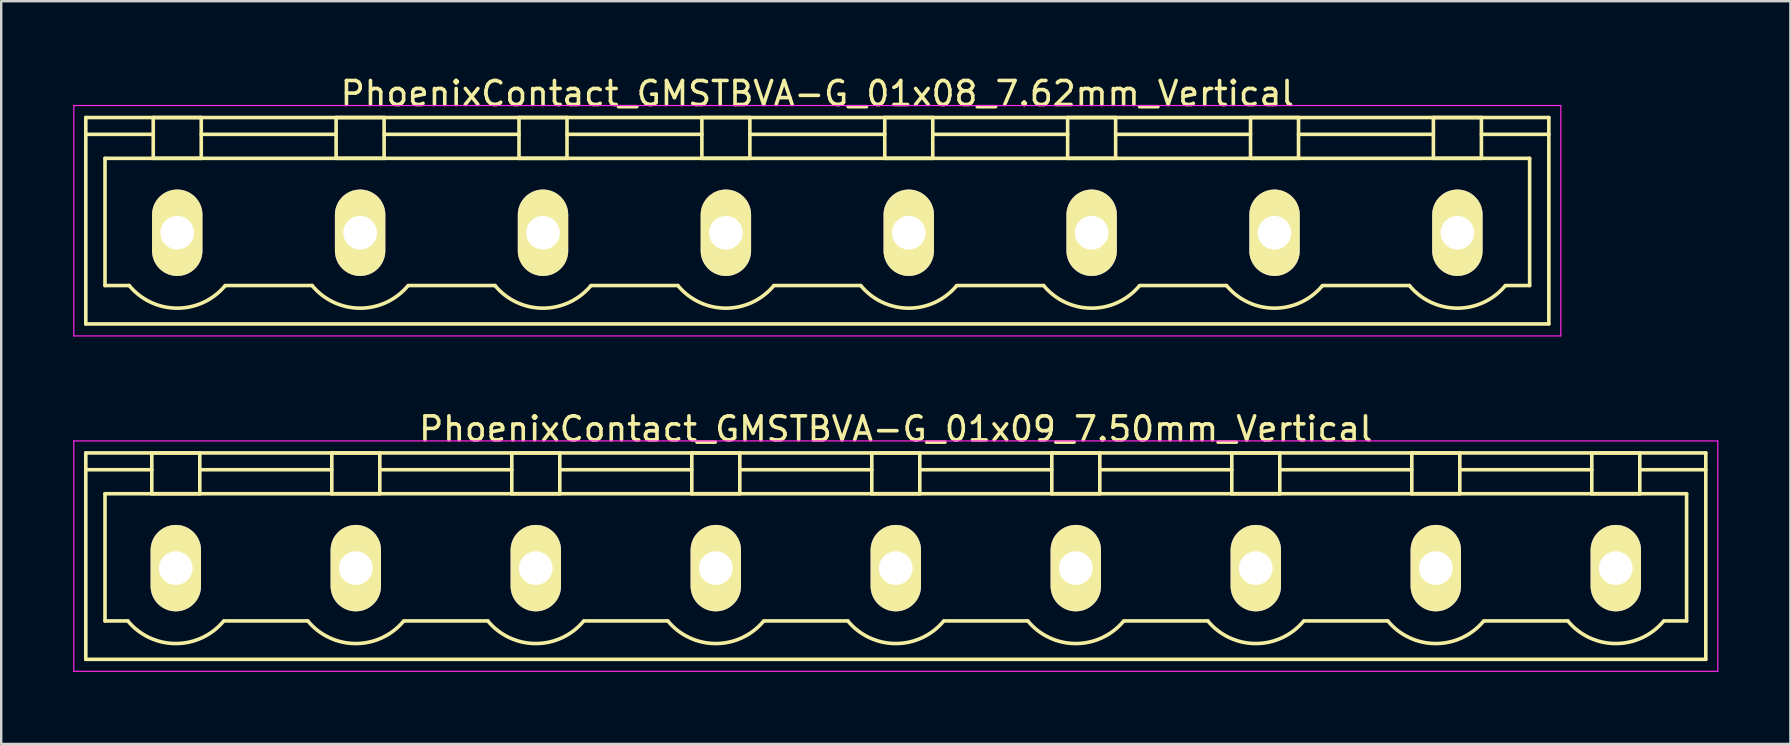
<source format=kicad_pcb>
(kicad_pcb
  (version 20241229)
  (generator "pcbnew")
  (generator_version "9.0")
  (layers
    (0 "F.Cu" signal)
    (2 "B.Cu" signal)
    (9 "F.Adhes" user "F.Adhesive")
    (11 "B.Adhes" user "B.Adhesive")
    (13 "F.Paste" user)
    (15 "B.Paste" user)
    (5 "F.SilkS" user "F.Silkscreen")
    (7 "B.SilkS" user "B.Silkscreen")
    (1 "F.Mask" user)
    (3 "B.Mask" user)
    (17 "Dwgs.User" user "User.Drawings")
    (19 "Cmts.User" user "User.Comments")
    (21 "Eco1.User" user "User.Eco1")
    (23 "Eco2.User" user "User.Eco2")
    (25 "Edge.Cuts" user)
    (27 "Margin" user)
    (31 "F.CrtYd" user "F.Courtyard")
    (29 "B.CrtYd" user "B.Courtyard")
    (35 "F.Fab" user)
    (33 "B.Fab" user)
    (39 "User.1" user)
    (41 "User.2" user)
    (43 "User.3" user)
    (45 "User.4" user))
  (footprint "PhoenixContact_GMSTBVA-G_01x08_7.62mm_Vertical"
    (layer "F.Cu")
    (at 4.335 6.648)
    (property "Reference" "PhoenixContact_GMSTBVA-G_01x08_7.62mm_Vertical" (at 26.67 -5.8 0) (layer "F.SilkS") (effects (font (size 1 1) (thickness 0.15))))
    (attr through_hole)
    (fp_line (start -3.81 -4.8) (end -3.81 3.8) (stroke (width 0.15) (type solid)) (layer "F.SilkS"))
    (fp_line (start -3.81 -4.1) (end -1 -4.1) (stroke (width 0.15) (type solid)) (layer "F.SilkS"))
    (fp_line (start -3.81 3.8) (end 57.15 3.8) (stroke (width 0.15) (type solid)) (layer "F.SilkS"))
    (fp_line (start -3.01 -3.1) (end 56.35 -3.1) (stroke (width 0.15) (type solid)) (layer "F.SilkS"))
    (fp_line (start -3.01 2.2) (end -3.01 -3.1) (stroke (width 0.15) (type solid)) (layer "F.SilkS"))
    (fp_line (start -2 2.2) (end -3.01 2.2) (stroke (width 0.15) (type solid)) (layer "F.SilkS"))
    (fp_line (start -1 -4.8) (end 1 -4.8) (stroke (width 0.15) (type solid)) (layer "F.SilkS"))
    (fp_line (start -1 -3.1) (end -1 -4.8) (stroke (width 0.15) (type solid)) (layer "F.SilkS"))
    (fp_line (start 1 -4.8) (end 1 -3.1) (stroke (width 0.15) (type solid)) (layer "F.SilkS"))
    (fp_line (start 1 -4.1) (end 6.62 -4.1) (stroke (width 0.15) (type solid)) (layer "F.SilkS"))
    (fp_line (start 1 -3.1) (end -1 -3.1) (stroke (width 0.15) (type solid)) (layer "F.SilkS"))
    (fp_line (start 2 2.2) (end 5.62 2.2) (stroke (width 0.15) (type solid)) (layer "F.SilkS"))
    (fp_line (start 6.62 -4.8) (end 8.62 -4.8) (stroke (width 0.15) (type solid)) (layer "F.SilkS"))
    (fp_line (start 6.62 -3.1) (end 6.62 -4.8) (stroke (width 0.15) (type solid)) (layer "F.SilkS"))
    (fp_line (start 8.62 -4.8) (end 8.62 -3.1) (stroke (width 0.15) (type solid)) (layer "F.SilkS"))
    (fp_line (start 8.62 -4.1) (end 14.24 -4.1) (stroke (width 0.15) (type solid)) (layer "F.SilkS"))
    (fp_line (start 8.62 -3.1) (end 6.62 -3.1) (stroke (width 0.15) (type solid)) (layer "F.SilkS"))
    (fp_line (start 9.62 2.2) (end 13.24 2.2) (stroke (width 0.15) (type solid)) (layer "F.SilkS"))
    (fp_line (start 14.24 -4.8) (end 16.24 -4.8) (stroke (width 0.15) (type solid)) (layer "F.SilkS"))
    (fp_line (start 14.24 -3.1) (end 14.24 -4.8) (stroke (width 0.15) (type solid)) (layer "F.SilkS"))
    (fp_line (start 16.24 -4.8) (end 16.24 -3.1) (stroke (width 0.15) (type solid)) (layer "F.SilkS"))
    (fp_line (start 16.24 -4.1) (end 21.86 -4.1) (stroke (width 0.15) (type solid)) (layer "F.SilkS"))
    (fp_line (start 16.24 -3.1) (end 14.24 -3.1) (stroke (width 0.15) (type solid)) (layer "F.SilkS"))
    (fp_line (start 17.24 2.2) (end 20.86 2.2) (stroke (width 0.15) (type solid)) (layer "F.SilkS"))
    (fp_line (start 21.86 -4.8) (end 23.86 -4.8) (stroke (width 0.15) (type solid)) (layer "F.SilkS"))
    (fp_line (start 21.86 -3.1) (end 21.86 -4.8) (stroke (width 0.15) (type solid)) (layer "F.SilkS"))
    (fp_line (start 23.86 -4.8) (end 23.86 -3.1) (stroke (width 0.15) (type solid)) (layer "F.SilkS"))
    (fp_line (start 23.86 -4.1) (end 29.48 -4.1) (stroke (width 0.15) (type solid)) (layer "F.SilkS"))
    (fp_line (start 23.86 -3.1) (end 21.86 -3.1) (stroke (width 0.15) (type solid)) (layer "F.SilkS"))
    (fp_line (start 24.86 2.2) (end 28.48 2.2) (stroke (width 0.15) (type solid)) (layer "F.SilkS"))
    (fp_line (start 29.48 -4.8) (end 31.48 -4.8) (stroke (width 0.15) (type solid)) (layer "F.SilkS"))
    (fp_line (start 29.48 -3.1) (end 29.48 -4.8) (stroke (width 0.15) (type solid)) (layer "F.SilkS"))
    (fp_line (start 31.48 -4.8) (end 31.48 -3.1) (stroke (width 0.15) (type solid)) (layer "F.SilkS"))
    (fp_line (start 31.48 -4.1) (end 37.1 -4.1) (stroke (width 0.15) (type solid)) (layer "F.SilkS"))
    (fp_line (start 31.48 -3.1) (end 29.48 -3.1) (stroke (width 0.15) (type solid)) (layer "F.SilkS"))
    (fp_line (start 32.48 2.2) (end 36.1 2.2) (stroke (width 0.15) (type solid)) (layer "F.SilkS"))
    (fp_line (start 37.1 -4.8) (end 39.1 -4.8) (stroke (width 0.15) (type solid)) (layer "F.SilkS"))
    (fp_line (start 37.1 -3.1) (end 37.1 -4.8) (stroke (width 0.15) (type solid)) (layer "F.SilkS"))
    (fp_line (start 39.1 -4.8) (end 39.1 -3.1) (stroke (width 0.15) (type solid)) (layer "F.SilkS"))
    (fp_line (start 39.1 -4.1) (end 44.72 -4.1) (stroke (width 0.15) (type solid)) (layer "F.SilkS"))
    (fp_line (start 39.1 -3.1) (end 37.1 -3.1) (stroke (width 0.15) (type solid)) (layer "F.SilkS"))
    (fp_line (start 40.1 2.2) (end 43.72 2.2) (stroke (width 0.15) (type solid)) (layer "F.SilkS"))
    (fp_line (start 44.72 -4.8) (end 46.72 -4.8) (stroke (width 0.15) (type solid)) (layer "F.SilkS"))
    (fp_line (start 44.72 -3.1) (end 44.72 -4.8) (stroke (width 0.15) (type solid)) (layer "F.SilkS"))
    (fp_line (start 46.72 -4.8) (end 46.72 -3.1) (stroke (width 0.15) (type solid)) (layer "F.SilkS"))
    (fp_line (start 46.72 -4.1) (end 52.34 -4.1) (stroke (width 0.15) (type solid)) (layer "F.SilkS"))
    (fp_line (start 46.72 -3.1) (end 44.72 -3.1) (stroke (width 0.15) (type solid)) (layer "F.SilkS"))
    (fp_line (start 47.72 2.2) (end 51.34 2.2) (stroke (width 0.15) (type solid)) (layer "F.SilkS"))
    (fp_line (start 52.34 -4.8) (end 54.34 -4.8) (stroke (width 0.15) (type solid)) (layer "F.SilkS"))
    (fp_line (start 52.34 -3.1) (end 52.34 -4.8) (stroke (width 0.15) (type solid)) (layer "F.SilkS"))
    (fp_line (start 54.34 -4.8) (end 54.34 -3.1) (stroke (width 0.15) (type solid)) (layer "F.SilkS"))
    (fp_line (start 54.34 -3.1) (end 52.34 -3.1) (stroke (width 0.15) (type solid)) (layer "F.SilkS"))
    (fp_line (start 56.35 -3.1) (end 56.35 2.2) (stroke (width 0.15) (type solid)) (layer "F.SilkS"))
    (fp_line (start 56.35 2.2) (end 55.34 2.2) (stroke (width 0.15) (type solid)) (layer "F.SilkS"))
    (fp_line (start 57.15 -4.8) (end -3.81 -4.8) (stroke (width 0.15) (type solid)) (layer "F.SilkS"))
    (fp_line (start 57.15 -4.1) (end 54.34 -4.1) (stroke (width 0.15) (type solid)) (layer "F.SilkS"))
    (fp_line (start 57.15 3.8) (end 57.15 -4.8) (stroke (width 0.15) (type solid)) (layer "F.SilkS"))
    (fp_arc (start 1.986842 2.215821) (mid -0.010289 3.142758) (end -2 2.2) (stroke (width 0.15) (type solid)) (layer "F.SilkS"))
    (fp_arc (start 9.606842 2.215821) (mid 7.609711 3.142758) (end 5.62 2.2) (stroke (width 0.15) (type solid)) (layer "F.SilkS"))
    (fp_arc (start 17.226842 2.215821) (mid 15.229711 3.142758) (end 13.24 2.2) (stroke (width 0.15) (type solid)) (layer "F.SilkS"))
    (fp_arc (start 24.846842 2.215821) (mid 22.849711 3.142758) (end 20.86 2.2) (stroke (width 0.15) (type solid)) (layer "F.SilkS"))
    (fp_arc (start 32.466842 2.215821) (mid 30.469711 3.142758) (end 28.48 2.2) (stroke (width 0.15) (type solid)) (layer "F.SilkS"))
    (fp_arc (start 40.086842 2.215821) (mid 38.089711 3.142758) (end 36.1 2.2) (stroke (width 0.15) (type solid)) (layer "F.SilkS"))
    (fp_arc (start 47.706842 2.215821) (mid 45.709711 3.142758) (end 43.72 2.2) (stroke (width 0.15) (type solid)) (layer "F.SilkS"))
    (fp_arc (start 55.326842 2.215821) (mid 53.329711 3.142758) (end 51.34 2.2) (stroke (width 0.15) (type solid)) (layer "F.SilkS"))
    (fp_line (start -4.31 -5.3) (end -4.31 4.3) (stroke (width 0.05) (type solid)) (layer "F.CrtYd"))
    (fp_line (start -4.31 4.3) (end 57.65 4.3) (stroke (width 0.05) (type solid)) (layer "F.CrtYd"))
    (fp_line (start 57.65 -5.3) (end -4.31 -5.3) (stroke (width 0.05) (type solid)) (layer "F.CrtYd"))
    (fp_line (start 57.65 4.3) (end 57.65 -5.3) (stroke (width 0.05) (type solid)) (layer "F.CrtYd"))
    (pad "1" thru_hole oval (at 0 0) (size 2.1 3.6) (drill 1.4) (layers "*.Cu" "*.Mask" "F.SilkS"))
    (pad "2" thru_hole oval (at 7.62 0) (size 2.1 3.6) (drill 1.4) (layers "*.Cu" "*.Mask" "F.SilkS"))
    (pad "3" thru_hole oval (at 15.24 0) (size 2.1 3.6) (drill 1.4) (layers "*.Cu" "*.Mask" "F.SilkS"))
    (pad "4" thru_hole oval (at 22.86 0) (size 2.1 3.6) (drill 1.4) (layers "*.Cu" "*.Mask" "F.SilkS"))
    (pad "5" thru_hole oval (at 30.48 0) (size 2.1 3.6) (drill 1.4) (layers "*.Cu" "*.Mask" "F.SilkS"))
    (pad "6" thru_hole oval (at 38.1 0) (size 2.1 3.6) (drill 1.4) (layers "*.Cu" "*.Mask" "F.SilkS"))
    (pad "7" thru_hole oval (at 45.72 0) (size 2.1 3.6) (drill 1.4) (layers "*.Cu" "*.Mask" "F.SilkS"))
    (pad "8" thru_hole oval (at 53.34 0) (size 2.1 3.6) (drill 1.4) (layers "*.Cu" "*.Mask" "F.SilkS")))
  (footprint "PhoenixContact_GMSTBVA-G_01x09_7.50mm_Vertical"
    (layer "F.Cu")
    (at 4.275 20.622)
    (property "Reference" "PhoenixContact_GMSTBVA-G_01x09_7.50mm_Vertical" (at 30 -5.8 0) (layer "F.SilkS") (effects (font (size 1 1) (thickness 0.15))))
    (attr through_hole)
    (fp_line (start -3.75 -4.8) (end -3.75 3.8) (stroke (width 0.15) (type solid)) (layer "F.SilkS"))
    (fp_line (start -3.75 -4.1) (end -1 -4.1) (stroke (width 0.15) (type solid)) (layer "F.SilkS"))
    (fp_line (start -3.75 3.8) (end 63.75 3.8) (stroke (width 0.15) (type solid)) (layer "F.SilkS"))
    (fp_line (start -2.95 -3.1) (end 62.95 -3.1) (stroke (width 0.15) (type solid)) (layer "F.SilkS"))
    (fp_line (start -2.95 2.2) (end -2.95 -3.1) (stroke (width 0.15) (type solid)) (layer "F.SilkS"))
    (fp_line (start -2 2.2) (end -2.95 2.2) (stroke (width 0.15) (type solid)) (layer "F.SilkS"))
    (fp_line (start -1 -4.8) (end 1 -4.8) (stroke (width 0.15) (type solid)) (layer "F.SilkS"))
    (fp_line (start -1 -3.1) (end -1 -4.8) (stroke (width 0.15) (type solid)) (layer "F.SilkS"))
    (fp_line (start 1 -4.8) (end 1 -3.1) (stroke (width 0.15) (type solid)) (layer "F.SilkS"))
    (fp_line (start 1 -4.1) (end 6.5 -4.1) (stroke (width 0.15) (type solid)) (layer "F.SilkS"))
    (fp_line (start 1 -3.1) (end -1 -3.1) (stroke (width 0.15) (type solid)) (layer "F.SilkS"))
    (fp_line (start 2 2.2) (end 5.5 2.2) (stroke (width 0.15) (type solid)) (layer "F.SilkS"))
    (fp_line (start 6.5 -4.8) (end 8.5 -4.8) (stroke (width 0.15) (type solid)) (layer "F.SilkS"))
    (fp_line (start 6.5 -3.1) (end 6.5 -4.8) (stroke (width 0.15) (type solid)) (layer "F.SilkS"))
    (fp_line (start 8.5 -4.8) (end 8.5 -3.1) (stroke (width 0.15) (type solid)) (layer "F.SilkS"))
    (fp_line (start 8.5 -4.1) (end 14 -4.1) (stroke (width 0.15) (type solid)) (layer "F.SilkS"))
    (fp_line (start 8.5 -3.1) (end 6.5 -3.1) (stroke (width 0.15) (type solid)) (layer "F.SilkS"))
    (fp_line (start 9.5 2.2) (end 13 2.2) (stroke (width 0.15) (type solid)) (layer "F.SilkS"))
    (fp_line (start 14 -4.8) (end 16 -4.8) (stroke (width 0.15) (type solid)) (layer "F.SilkS"))
    (fp_line (start 14 -3.1) (end 14 -4.8) (stroke (width 0.15) (type solid)) (layer "F.SilkS"))
    (fp_line (start 16 -4.8) (end 16 -3.1) (stroke (width 0.15) (type solid)) (layer "F.SilkS"))
    (fp_line (start 16 -4.1) (end 21.5 -4.1) (stroke (width 0.15) (type solid)) (layer "F.SilkS"))
    (fp_line (start 16 -3.1) (end 14 -3.1) (stroke (width 0.15) (type solid)) (layer "F.SilkS"))
    (fp_line (start 17 2.2) (end 20.5 2.2) (stroke (width 0.15) (type solid)) (layer "F.SilkS"))
    (fp_line (start 21.5 -4.8) (end 23.5 -4.8) (stroke (width 0.15) (type solid)) (layer "F.SilkS"))
    (fp_line (start 21.5 -3.1) (end 21.5 -4.8) (stroke (width 0.15) (type solid)) (layer "F.SilkS"))
    (fp_line (start 23.5 -4.8) (end 23.5 -3.1) (stroke (width 0.15) (type solid)) (layer "F.SilkS"))
    (fp_line (start 23.5 -4.1) (end 29 -4.1) (stroke (width 0.15) (type solid)) (layer "F.SilkS"))
    (fp_line (start 23.5 -3.1) (end 21.5 -3.1) (stroke (width 0.15) (type solid)) (layer "F.SilkS"))
    (fp_line (start 24.5 2.2) (end 28 2.2) (stroke (width 0.15) (type solid)) (layer "F.SilkS"))
    (fp_line (start 29 -4.8) (end 31 -4.8) (stroke (width 0.15) (type solid)) (layer "F.SilkS"))
    (fp_line (start 29 -3.1) (end 29 -4.8) (stroke (width 0.15) (type solid)) (layer "F.SilkS"))
    (fp_line (start 31 -4.8) (end 31 -3.1) (stroke (width 0.15) (type solid)) (layer "F.SilkS"))
    (fp_line (start 31 -4.1) (end 36.5 -4.1) (stroke (width 0.15) (type solid)) (layer "F.SilkS"))
    (fp_line (start 31 -3.1) (end 29 -3.1) (stroke (width 0.15) (type solid)) (layer "F.SilkS"))
    (fp_line (start 32 2.2) (end 35.5 2.2) (stroke (width 0.15) (type solid)) (layer "F.SilkS"))
    (fp_line (start 36.5 -4.8) (end 38.5 -4.8) (stroke (width 0.15) (type solid)) (layer "F.SilkS"))
    (fp_line (start 36.5 -3.1) (end 36.5 -4.8) (stroke (width 0.15) (type solid)) (layer "F.SilkS"))
    (fp_line (start 38.5 -4.8) (end 38.5 -3.1) (stroke (width 0.15) (type solid)) (layer "F.SilkS"))
    (fp_line (start 38.5 -4.1) (end 44 -4.1) (stroke (width 0.15) (type solid)) (layer "F.SilkS"))
    (fp_line (start 38.5 -3.1) (end 36.5 -3.1) (stroke (width 0.15) (type solid)) (layer "F.SilkS"))
    (fp_line (start 39.5 2.2) (end 43 2.2) (stroke (width 0.15) (type solid)) (layer "F.SilkS"))
    (fp_line (start 44 -4.8) (end 46 -4.8) (stroke (width 0.15) (type solid)) (layer "F.SilkS"))
    (fp_line (start 44 -3.1) (end 44 -4.8) (stroke (width 0.15) (type solid)) (layer "F.SilkS"))
    (fp_line (start 46 -4.8) (end 46 -3.1) (stroke (width 0.15) (type solid)) (layer "F.SilkS"))
    (fp_line (start 46 -4.1) (end 51.5 -4.1) (stroke (width 0.15) (type solid)) (layer "F.SilkS"))
    (fp_line (start 46 -3.1) (end 44 -3.1) (stroke (width 0.15) (type solid)) (layer "F.SilkS"))
    (fp_line (start 47 2.2) (end 50.5 2.2) (stroke (width 0.15) (type solid)) (layer "F.SilkS"))
    (fp_line (start 51.5 -4.8) (end 53.5 -4.8) (stroke (width 0.15) (type solid)) (layer "F.SilkS"))
    (fp_line (start 51.5 -3.1) (end 51.5 -4.8) (stroke (width 0.15) (type solid)) (layer "F.SilkS"))
    (fp_line (start 53.5 -4.8) (end 53.5 -3.1) (stroke (width 0.15) (type solid)) (layer "F.SilkS"))
    (fp_line (start 53.5 -4.1) (end 59 -4.1) (stroke (width 0.15) (type solid)) (layer "F.SilkS"))
    (fp_line (start 53.5 -3.1) (end 51.5 -3.1) (stroke (width 0.15) (type solid)) (layer "F.SilkS"))
    (fp_line (start 54.5 2.2) (end 58 2.2) (stroke (width 0.15) (type solid)) (layer "F.SilkS"))
    (fp_line (start 59 -4.8) (end 61 -4.8) (stroke (width 0.15) (type solid)) (layer "F.SilkS"))
    (fp_line (start 59 -3.1) (end 59 -4.8) (stroke (width 0.15) (type solid)) (layer "F.SilkS"))
    (fp_line (start 61 -4.8) (end 61 -3.1) (stroke (width 0.15) (type solid)) (layer "F.SilkS"))
    (fp_line (start 61 -3.1) (end 59 -3.1) (stroke (width 0.15) (type solid)) (layer "F.SilkS"))
    (fp_line (start 62.95 -3.1) (end 62.95 2.2) (stroke (width 0.15) (type solid)) (layer "F.SilkS"))
    (fp_line (start 62.95 2.2) (end 62 2.2) (stroke (width 0.15) (type solid)) (layer "F.SilkS"))
    (fp_line (start 63.75 -4.8) (end -3.75 -4.8) (stroke (width 0.15) (type solid)) (layer "F.SilkS"))
    (fp_line (start 63.75 -4.1) (end 61 -4.1) (stroke (width 0.15) (type solid)) (layer "F.SilkS"))
    (fp_line (start 63.75 3.8) (end 63.75 -4.8) (stroke (width 0.15) (type solid)) (layer "F.SilkS"))
    (fp_arc (start 1.986842 2.215821) (mid -0.010289 3.142758) (end -2 2.2) (stroke (width 0.15) (type solid)) (layer "F.SilkS"))
    (fp_arc (start 9.486842 2.215821) (mid 7.489711 3.142758) (end 5.5 2.2) (stroke (width 0.15) (type solid)) (layer "F.SilkS"))
    (fp_arc (start 16.986842 2.215821) (mid 14.989711 3.142758) (end 13 2.2) (stroke (width 0.15) (type solid)) (layer "F.SilkS"))
    (fp_arc (start 24.486842 2.215821) (mid 22.489711 3.142758) (end 20.5 2.2) (stroke (width 0.15) (type solid)) (layer "F.SilkS"))
    (fp_arc (start 31.986842 2.215821) (mid 29.989711 3.142758) (end 28 2.2) (stroke (width 0.15) (type solid)) (layer "F.SilkS"))
    (fp_arc (start 39.486842 2.215821) (mid 37.489711 3.142758) (end 35.5 2.2) (stroke (width 0.15) (type solid)) (layer "F.SilkS"))
    (fp_arc (start 46.986842 2.215821) (mid 44.989711 3.142758) (end 43 2.2) (stroke (width 0.15) (type solid)) (layer "F.SilkS"))
    (fp_arc (start 54.486842 2.215821) (mid 52.489711 3.142758) (end 50.5 2.2) (stroke (width 0.15) (type solid)) (layer "F.SilkS"))
    (fp_arc (start 61.986842 2.215821) (mid 59.989711 3.142758) (end 58 2.2) (stroke (width 0.15) (type solid)) (layer "F.SilkS"))
    (fp_line (start -4.25 -5.3) (end -4.25 4.3) (stroke (width 0.05) (type solid)) (layer "F.CrtYd"))
    (fp_line (start -4.25 4.3) (end 64.25 4.3) (stroke (width 0.05) (type solid)) (layer "F.CrtYd"))
    (fp_line (start 64.25 -5.3) (end -4.25 -5.3) (stroke (width 0.05) (type solid)) (layer "F.CrtYd"))
    (fp_line (start 64.25 4.3) (end 64.25 -5.3) (stroke (width 0.05) (type solid)) (layer "F.CrtYd"))
    (pad "1" thru_hole oval (at 0 0) (size 2.1 3.6) (drill 1.4) (layers "*.Cu" "*.Mask" "F.SilkS"))
    (pad "2" thru_hole oval (at 7.5 0) (size 2.1 3.6) (drill 1.4) (layers "*.Cu" "*.Mask" "F.SilkS"))
    (pad "3" thru_hole oval (at 15 0) (size 2.1 3.6) (drill 1.4) (layers "*.Cu" "*.Mask" "F.SilkS"))
    (pad "4" thru_hole oval (at 22.5 0) (size 2.1 3.6) (drill 1.4) (layers "*.Cu" "*.Mask" "F.SilkS"))
    (pad "5" thru_hole oval (at 30 0) (size 2.1 3.6) (drill 1.4) (layers "*.Cu" "*.Mask" "F.SilkS"))
    (pad "6" thru_hole oval (at 37.5 0) (size 2.1 3.6) (drill 1.4) (layers "*.Cu" "*.Mask" "F.SilkS"))
    (pad "7" thru_hole oval (at 45 0) (size 2.1 3.6) (drill 1.4) (layers "*.Cu" "*.Mask" "F.SilkS"))
    (pad "8" thru_hole oval (at 52.5 0) (size 2.1 3.6) (drill 1.4) (layers "*.Cu" "*.Mask" "F.SilkS"))
    (pad "9" thru_hole oval (at 60 0) (size 2.1 3.6) (drill 1.4) (layers "*.Cu" "*.Mask" "F.SilkS")))
  (gr_rect
    (start -3 -3)
    (end 71.55 27.947)
    (stroke (width 0.1) (type default))
    (fill no)
    (layer "Edge.Cuts")))
</source>
